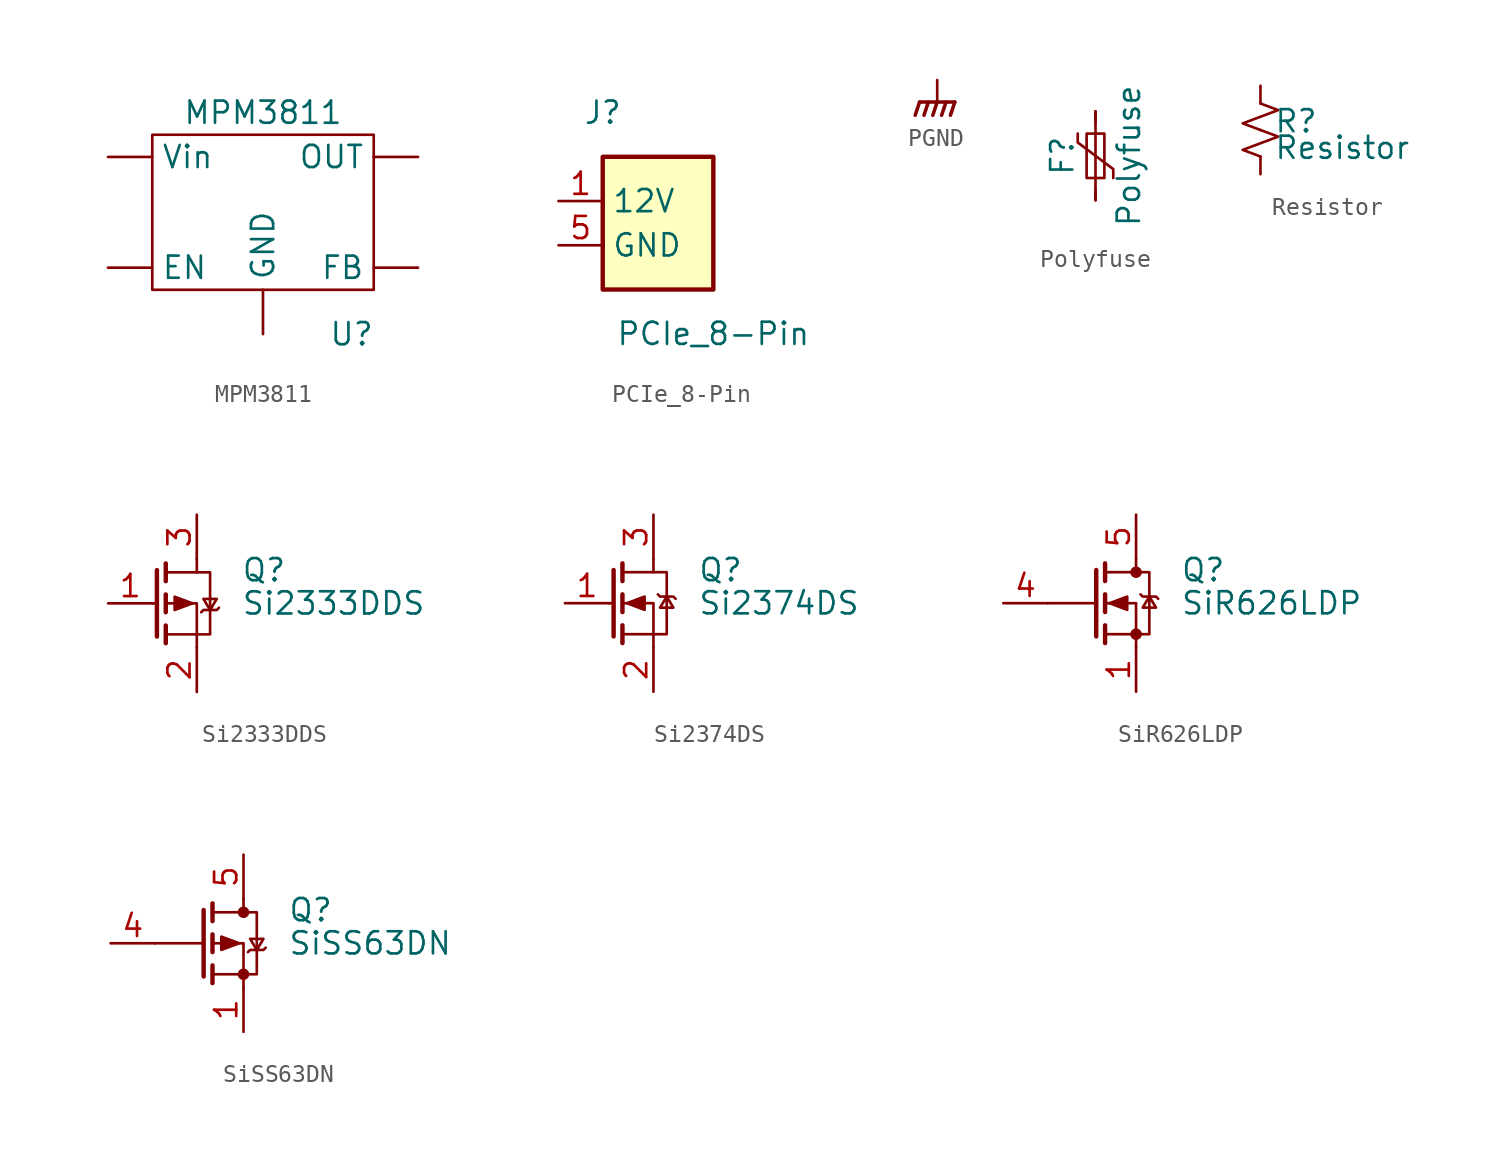
<source format=kicad_sym>
(kicad_symbol_lib
  (version 20201005)
  (generator kicad_symbol_editor)
  (symbol "proj_sym:MPM3811"
    (pin_numbers hide)
    (property "Reference" "U"
      (at 5.08 0 0)
      (effects (font (size 1.27 1.27))))
    (property "Value" "MPM3811"
      (at 0 12.7 0)
      (effects (font (size 1.27 1.27))))
    (symbol "MPM3811_0_1"
      (rectangle (start -6.35 2.54) (end 6.35 11.43) (stroke (width 0.152)) (fill (type none))))
    (symbol "MPM3811_1_1"
      (pin power_in line (at -8.89 10.16 0) (length 2.54) (name "Vin" (effects (font (size 1.27 1.27)))) (number "1" (effects (font (size 1.27 1.27)))))
      (pin power_in line (at 0 0 90) (length 2.54) (name "GND" (effects (font (size 1.27 1.27)))) (number "10" (effects (font (size 1.27 1.27)))))
      (pin passive line (at -8.89 3.81 0) (length 2.54) (name "EN" (effects (font (size 1.27 1.27)))) (number "5" (effects (font (size 1.27 1.27)))))
      (pin power_out line (at 8.89 10.16 180) (length 2.54) (name "OUT" (effects (font (size 1.27 1.27)))) (number "6" (effects (font (size 1.27 1.27)))))
      (pin passive line (at 8.89 3.81 180) (length 2.54) (name "FB" (effects (font (size 1.27 1.27)))) (number "9" (effects (font (size 1.27 1.27)))))))
  (symbol "proj_sym:PCIe_8-Pin"
    (property "Reference" "J"
      (at 2.54 7.62 0)
      (effects (font (size 1.27 1.27))))
    (property "Value" "PCIe_8-Pin"
      (at 8.89 -5.08 0)
      (effects (font (size 1.27 1.27))))
    (symbol "PCIe_8-Pin_0_0"
      (pin passive line (at 0 0 0) (length 2.54) hide (name "GND" (effects (font (size 1.27 1.27)))) (number "7" (effects (font (size 1.27 1.27)))))
      (pin passive line (at 0 0 0) (length 2.54) hide (name "GND" (effects (font (size 1.27 1.27)))) (number "8" (effects (font (size 1.27 1.27))))))
    (symbol "PCIe_8-Pin_0_1"
      (rectangle (start 2.54 5.08) (end 8.89 -2.54) (stroke (width 0.254)) (fill (type background))))
    (symbol "PCIe_8-Pin_1_1"
      (pin power_in line (at 0 2.54 0) (length 2.54) (name "12V" (effects (font (size 1.27 1.27)))) (number "1" (effects (font (size 1.27 1.27)))))
      (pin passive line (at 0 2.54 0) (length 2.54) hide (name "12V" (effects (font (size 1.27 1.27)))) (number "2" (effects (font (size 1.27 1.27)))))
      (pin passive line (at 0 2.54 0) (length 2.54) hide (name "12V" (effects (font (size 1.27 1.27)))) (number "3" (effects (font (size 1.27 1.27)))))
      (pin passive line (at 0 0 0) (length 2.54) hide (name "GND" (effects (font (size 1.27 1.27)))) (number "4" (effects (font (size 1.27 1.27)))))
      (pin power_in line (at 0 0 0) (length 2.54) (name "GND" (effects (font (size 1.27 1.27)))) (number "5" (effects (font (size 1.27 1.27)))))
      (pin passive line (at 0 0 0) (length 2.54) hide (name "GND" (effects (font (size 1.27 1.27)))) (number "6" (effects (font (size 1.27 1.27)))))))
  (symbol "proj_sym:PGND"
    (power)
    (pin_numbers hide)
    (pin_names
      (offset 0) hide)
    (property "Reference" "#PWR"
      (at 0 -5.08 0)
      (effects (font (size 1.27 1.27)) hide))
    (symbol "PGND_0_1"
      (polyline (pts (xy 0 -1.27) (xy 0 0)) (stroke (width 0)) (fill (type none)))
      (polyline (pts (xy -1.016 -1.27) (xy -1.27 -2.032) (xy -1.27 -2.032)) (stroke (width 0.203)) (fill (type none)))
      (polyline (pts (xy -0.508 -1.27) (xy -0.762 -2.032) (xy -0.762 -2.032)) (stroke (width 0.203)) (fill (type none)))
      (polyline (pts (xy 0 -1.27) (xy -0.254 -2.032) (xy -0.254 -2.032)) (stroke (width 0.203)) (fill (type none)))
      (polyline (pts (xy 0.508 -1.27) (xy 0.254 -2.032) (xy 0.254 -2.032)) (stroke (width 0.203)) (fill (type none)))
      (polyline (pts (xy 1.016 -1.27) (xy -1.016 -1.27) (xy -1.016 -1.27)) (stroke (width 0.203)) (fill (type none)))
      (polyline (pts (xy 1.016 -1.27) (xy 0.762 -2.032) (xy 0.762 -2.032) (xy 0.762 -2.032)) (stroke (width 0.203)) (fill (type none))))
    (symbol "PGND_1_1"
      (pin power_in line (at 0 0 270) (length 0) hide (name "GNDPWR" (effects (font (size 1.27 1.27)))) (number "1" (effects (font (size 1.27 1.27)))))))
  (symbol "proj_sym:Polyfuse"
    (pin_numbers hide)
    (pin_names
      (offset 0))
    (property "Reference" "F"
      (at -1.905 0 90)
      (effects (font (size 1.27 1.27))))
    (property "Value" "Polyfuse"
      (at 1.905 0 90)
      (effects (font (size 1.27 1.27))))
    (symbol "Polyfuse_0_1"
      (rectangle (start -0.508 1.27) (end 0.508 -1.27) (stroke (width 0)) (fill (type none)))
      (polyline (pts (xy 0 2.54) (xy 0 -2.54)) (stroke (width 0)) (fill (type none)))
      (polyline (pts (xy -1.016 1.27) (xy -1.016 0.762) (xy 1.016 -0.762) (xy 1.016 -1.27)) (stroke (width 0)) (fill (type none))))
    (symbol "Polyfuse_1_1"
      (pin passive line (at 0 2.54 270) (length 0.635) (name "~" (effects (font (size 1.27 1.27)))) (number "1" (effects (font (size 1.27 1.27)))))
      (pin passive line (at 0 -2.54 90) (length 0.635) (name "~" (effects (font (size 1.27 1.27)))) (number "2" (effects (font (size 1.27 1.27)))))))
  (symbol "proj_sym:Resistor"
    (pin_numbers hide)
    (pin_names
      (offset 0.254) hide)
    (property "Reference" "R"
      (at 0.762 0.508 0)
      (effects (font (size 1.27 1.27)) (justify left)))
    (property "Value" "Resistor"
      (at 0.762 -1.016 0)
      (effects (font (size 1.27 1.27)) (justify left)))
    (symbol "Resistor_1_1"
      (polyline (pts (xy 0 0) (xy 1.016 -0.381) (xy 0 -0.762) (xy -1.016 -1.143) (xy 0 -1.524)) (stroke (width 0)) (fill (type none)))
      (polyline (pts (xy 0 1.524) (xy 1.016 1.143) (xy 0 0.762) (xy -1.016 0.381) (xy 0 0)) (stroke (width 0)) (fill (type none)))
      (pin passive line (at 0 2.54 270) (length 1.016) (name "~" (effects (font (size 1.27 1.27)))) (number "1" (effects (font (size 1.27 1.27)))))
      (pin passive line (at 0 -2.54 90) (length 1.016) (name "~" (effects (font (size 1.27 1.27)))) (number "2" (effects (font (size 1.27 1.27)))))))
  (symbol "proj_sym:Si2333DDS"
    (pin_names hide)
    (property "Reference" "Q"
      (at 5.08 1.905 0)
      (effects (font (size 1.27 1.27)) (justify left)))
    (property "Value" "Si2333DDS"
      (at 5.08 0 0)
      (effects (font (size 1.27 1.27)) (justify left)))
    (symbol "Si2333DDS_0_1"
      (polyline (pts (xy 0 0) (xy 0.254 0)) (stroke (width 0.152)) (fill (type none)))
      (polyline (pts (xy 0.254 1.905) (xy 0.254 -1.905)) (stroke (width 0.254)) (fill (type none)))
      (polyline (pts (xy 0.762 -1.27) (xy 0.762 -2.286)) (stroke (width 0.254)) (fill (type none)))
      (polyline (pts (xy 0.762 0.508) (xy 0.762 -0.508)) (stroke (width 0.254)) (fill (type none)))
      (polyline (pts (xy 0.762 2.286) (xy 0.762 1.27)) (stroke (width 0.254)) (fill (type none)))
      (polyline (pts (xy 2.54 2.54) (xy 2.54 1.778)) (stroke (width 0.152)) (fill (type none)))
      (polyline (pts (xy 2.54 -2.54) (xy 2.54 0) (xy 0.762 0)) (stroke (width 0)) (fill (type none)))
      (polyline (pts (xy 0.762 1.778) (xy 3.302 1.778) (xy 3.302 -1.778) (xy 0.762 -1.778)) (stroke (width 0)) (fill (type none)))
      (polyline (pts (xy 2.794 -0.508) (xy 2.921 -0.381) (xy 3.683 -0.381) (xy 3.81 -0.254)) (stroke (width 0)) (fill (type none)))
      (polyline (pts (xy 3.302 -0.381) (xy 2.921 0.254) (xy 3.683 0.254) (xy 3.302 -0.381)) (stroke (width 0)) (fill (type none)))
      (polyline (pts (xy 2.286 0) (xy 1.27 0.381) (xy 1.27 -0.381) (xy 2.286 0)) (stroke (width 0)) (fill (type outline))))
    (symbol "Si2333DDS_1_1"
      (pin input line (at -2.54 0 0) (length 2.54) (name "G" (effects (font (size 1.27 1.27)))) (number "1" (effects (font (size 1.27 1.27)))))
      (pin passive line (at 2.54 -5.08 90) (length 2.54) (name "S" (effects (font (size 1.27 1.27)))) (number "2" (effects (font (size 1.27 1.27)))))
      (pin passive line (at 2.54 5.08 270) (length 2.54) (name "D" (effects (font (size 1.27 1.27)))) (number "3" (effects (font (size 1.27 1.27)))))))
  (symbol "proj_sym:Si2374DS"
    (pin_names hide)
    (property "Reference" "Q"
      (at 5.08 1.905 0)
      (effects (font (size 1.27 1.27)) (justify left)))
    (property "Value" "Si2374DS"
      (at 5.08 0 0)
      (effects (font (size 1.27 1.27)) (justify left)))
    (symbol "Si2374DS_0_1"
      (polyline (pts (xy 0 0) (xy 0.254 0)) (stroke (width 0.152)) (fill (type none)))
      (polyline (pts (xy 0.254 1.905) (xy 0.254 -1.905)) (stroke (width 0.254)) (fill (type none)))
      (polyline (pts (xy 0.762 -1.27) (xy 0.762 -2.286)) (stroke (width 0.254)) (fill (type none)))
      (polyline (pts (xy 0.762 0.508) (xy 0.762 -0.508)) (stroke (width 0.254)) (fill (type none)))
      (polyline (pts (xy 0.762 2.286) (xy 0.762 1.27)) (stroke (width 0.254)) (fill (type none)))
      (polyline (pts (xy 2.54 1.778) (xy 2.54 2.54)) (stroke (width 0.152)) (fill (type none)))
      (polyline (pts (xy 2.54 -2.54) (xy 2.54 0) (xy 0.762 0)) (stroke (width 0)) (fill (type none)))
      (polyline (pts (xy 0.762 -1.778) (xy 3.302 -1.778) (xy 3.302 1.778) (xy 0.762 1.778)) (stroke (width 0)) (fill (type none)))
      (polyline (pts (xy 2.794 0.508) (xy 2.921 0.381) (xy 3.683 0.381) (xy 3.81 0.254)) (stroke (width 0)) (fill (type none)))
      (polyline (pts (xy 3.302 0.381) (xy 2.921 -0.254) (xy 3.683 -0.254) (xy 3.302 0.381)) (stroke (width 0)) (fill (type none)))
      (polyline (pts (xy 1.016 0) (xy 2.032 0.381) (xy 2.032 -0.381) (xy 1.016 0)) (stroke (width 0)) (fill (type outline))))
    (symbol "Si2374DS_1_1"
      (pin input line (at -2.54 0 0) (length 2.54) (name "G" (effects (font (size 1.27 1.27)))) (number "1" (effects (font (size 1.27 1.27)))))
      (pin passive line (at 2.54 -5.08 90) (length 2.54) (name "S" (effects (font (size 1.27 1.27)))) (number "2" (effects (font (size 1.27 1.27)))))
      (pin passive line (at 2.54 5.08 270) (length 2.54) (name "D" (effects (font (size 1.27 1.27)))) (number "3" (effects (font (size 1.27 1.27)))))))
  (symbol "proj_sym:SiR626LDP"
    (pin_names hide)
    (property "Reference" "Q"
      (at 5.08 1.905 0)
      (effects (font (size 1.27 1.27)) (justify left)))
    (property "Value" "SiR626LDP"
      (at 5.08 0 0)
      (effects (font (size 1.27 1.27)) (justify left)))
    (symbol "SiR626LDP_0_1"
      (circle (center 2.54 -1.778) (radius 0.254) (stroke (width 0)) (fill (type outline)))
      (circle (center 2.54 1.778) (radius 0.254) (stroke (width 0)) (fill (type outline)))
      (polyline (pts (xy 0.254 0) (xy -2.54 0)) (stroke (width 0)) (fill (type none)))
      (polyline (pts (xy 0.254 1.905) (xy 0.254 -1.905)) (stroke (width 0.254)) (fill (type none)))
      (polyline (pts (xy 0.762 -1.27) (xy 0.762 -2.286)) (stroke (width 0.254)) (fill (type none)))
      (polyline (pts (xy 0.762 0.508) (xy 0.762 -0.508)) (stroke (width 0.254)) (fill (type none)))
      (polyline (pts (xy 0.762 2.286) (xy 0.762 1.27)) (stroke (width 0.254)) (fill (type none)))
      (polyline (pts (xy 2.54 2.54) (xy 2.54 1.778)) (stroke (width 0)) (fill (type none)))
      (polyline (pts (xy 2.54 -2.54) (xy 2.54 0) (xy 0.762 0)) (stroke (width 0)) (fill (type none)))
      (polyline (pts (xy 0.762 -1.778) (xy 3.302 -1.778) (xy 3.302 1.778) (xy 0.762 1.778)) (stroke (width 0)) (fill (type none)))
      (polyline (pts (xy 2.794 0.508) (xy 2.921 0.381) (xy 3.683 0.381) (xy 3.81 0.254)) (stroke (width 0)) (fill (type none)))
      (polyline (pts (xy 3.302 0.381) (xy 2.921 -0.254) (xy 3.683 -0.254) (xy 3.302 0.381)) (stroke (width 0)) (fill (type none)))
      (polyline (pts (xy 1.016 0) (xy 2.032 0.381) (xy 2.032 -0.381) (xy 1.016 0)) (stroke (width 0)) (fill (type outline))))
    (symbol "SiR626LDP_1_1"
      (pin passive line (at 2.54 -5.08 90) (length 2.54) (name "S" (effects (font (size 1.27 1.27)))) (number "1" (effects (font (size 1.27 1.27)))))
      (pin input line (at -5.08 0 0) (length 2.54) (name "G" (effects (font (size 1.27 1.27)))) (number "4" (effects (font (size 1.27 1.27)))))
      (pin passive line (at 2.54 5.08 270) (length 2.54) (name "D" (effects (font (size 1.27 1.27)))) (number "5" (effects (font (size 1.27 1.27)))))))
  (symbol "proj_sym:SiSS63DN"
    (pin_names hide)
    (property "Reference" "Q"
      (at 5.08 1.905 0)
      (effects (font (size 1.27 1.27)) (justify left)))
    (property "Value" "SiSS63DN"
      (at 5.08 0 0)
      (effects (font (size 1.27 1.27)) (justify left)))
    (symbol "SiSS63DN_0_1"
      (circle (center 2.54 -1.778) (radius 0.254) (stroke (width 0)) (fill (type outline)))
      (circle (center 2.54 1.778) (radius 0.254) (stroke (width 0)) (fill (type outline)))
      (polyline (pts (xy 0.254 0) (xy -2.54 0)) (stroke (width 0)) (fill (type none)))
      (polyline (pts (xy 0.254 1.905) (xy 0.254 -1.905)) (stroke (width 0.254)) (fill (type none)))
      (polyline (pts (xy 0.762 -1.27) (xy 0.762 -2.286)) (stroke (width 0.254)) (fill (type none)))
      (polyline (pts (xy 0.762 0.508) (xy 0.762 -0.508)) (stroke (width 0.254)) (fill (type none)))
      (polyline (pts (xy 0.762 2.286) (xy 0.762 1.27)) (stroke (width 0.254)) (fill (type none)))
      (polyline (pts (xy 2.54 2.54) (xy 2.54 1.778)) (stroke (width 0)) (fill (type none)))
      (polyline (pts (xy 2.54 -2.54) (xy 2.54 0) (xy 0.762 0)) (stroke (width 0)) (fill (type none)))
      (polyline (pts (xy 0.762 1.778) (xy 3.302 1.778) (xy 3.302 -1.778) (xy 0.762 -1.778)) (stroke (width 0)) (fill (type none)))
      (polyline (pts (xy 2.794 -0.508) (xy 2.921 -0.381) (xy 3.683 -0.381) (xy 3.81 -0.254)) (stroke (width 0)) (fill (type none)))
      (polyline (pts (xy 3.302 -0.381) (xy 2.921 0.254) (xy 3.683 0.254) (xy 3.302 -0.381)) (stroke (width 0)) (fill (type none)))
      (polyline (pts (xy 2.286 0) (xy 1.27 0.381) (xy 1.27 -0.381) (xy 2.286 0)) (stroke (width 0)) (fill (type outline))))
    (symbol "SiSS63DN_1_1"
      (pin passive line (at 2.54 -5.08 90) (length 2.54) (name "S" (effects (font (size 1.27 1.27)))) (number "1" (effects (font (size 1.27 1.27)))))
      (pin input line (at -5.08 0 0) (length 2.54) (name "G" (effects (font (size 1.27 1.27)))) (number "4" (effects (font (size 1.27 1.27)))))
      (pin passive line (at 2.54 5.08 270) (length 2.54) (name "D" (effects (font (size 1.27 1.27)))) (number "5" (effects (font (size 1.27 1.27))))))))
</source>
